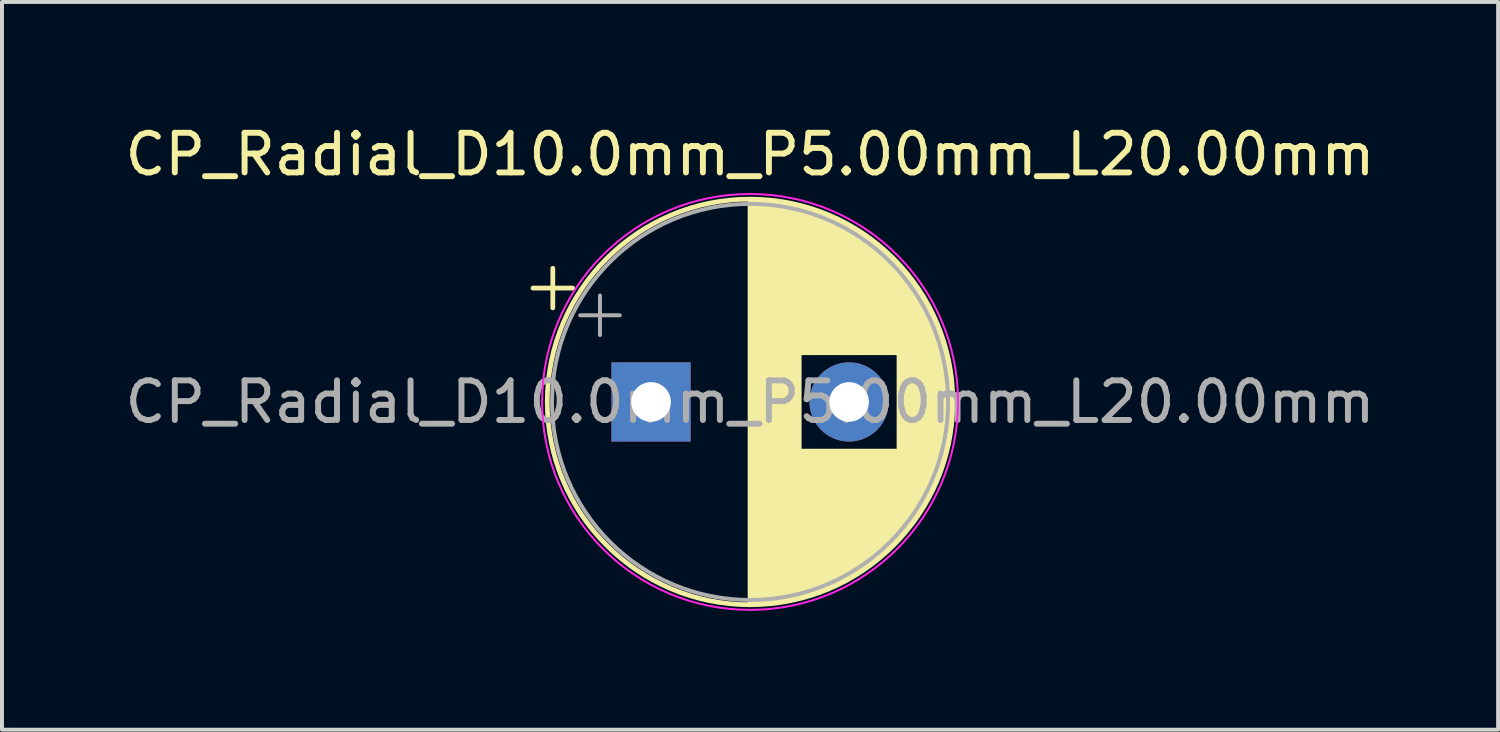
<source format=kicad_pcb>
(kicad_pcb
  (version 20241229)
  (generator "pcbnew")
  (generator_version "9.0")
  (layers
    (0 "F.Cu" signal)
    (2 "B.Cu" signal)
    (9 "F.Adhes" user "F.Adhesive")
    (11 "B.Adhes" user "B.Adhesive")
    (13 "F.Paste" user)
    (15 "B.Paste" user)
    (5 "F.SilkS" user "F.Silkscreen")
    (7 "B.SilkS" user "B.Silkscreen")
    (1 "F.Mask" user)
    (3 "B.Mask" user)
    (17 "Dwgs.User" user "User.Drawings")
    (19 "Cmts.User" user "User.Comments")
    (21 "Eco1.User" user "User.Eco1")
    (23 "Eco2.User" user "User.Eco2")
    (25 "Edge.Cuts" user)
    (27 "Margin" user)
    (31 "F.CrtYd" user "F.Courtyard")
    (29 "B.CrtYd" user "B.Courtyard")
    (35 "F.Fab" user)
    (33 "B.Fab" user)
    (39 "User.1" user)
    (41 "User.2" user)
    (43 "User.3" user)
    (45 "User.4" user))
  (footprint "CP_Radial_D10.0mm_P5.00mm_L20.00mm"
    (layer "F.Cu")
    (at 13.387 7.098)
    (property "Reference" "CP_Radial_D10.0mm_P5.00mm_L20.00mm" (at 2.5 -6.25 0) (layer "F.SilkS") (effects (font (size 1 1) (thickness 0.15))))
    (attr through_hole)
    (fp_line (start -2.98 -2.875) (end -1.98 -2.875) (stroke (width 0.12) (type solid)) (layer "F.SilkS"))
    (fp_line (start -2.48 -3.375) (end -2.48 -2.375) (stroke (width 0.12) (type solid)) (layer "F.SilkS"))
    (fp_line (start 2.5 -5.08) (end 2.5 5.08) (stroke (width 0.12) (type solid)) (layer "F.SilkS"))
    (fp_line (start 2.54 -5.08) (end 2.54 5.08) (stroke (width 0.12) (type solid)) (layer "F.SilkS"))
    (fp_line (start 2.58 -5.08) (end 2.58 5.08) (stroke (width 0.12) (type solid)) (layer "F.SilkS"))
    (fp_line (start 2.62 -5.079) (end 2.62 5.079) (stroke (width 0.12) (type solid)) (layer "F.SilkS"))
    (fp_line (start 2.66 -5.078) (end 2.66 5.078) (stroke (width 0.12) (type solid)) (layer "F.SilkS"))
    (fp_line (start 2.7 -5.077) (end 2.7 5.077) (stroke (width 0.12) (type solid)) (layer "F.SilkS"))
    (fp_line (start 2.74 -5.075) (end 2.74 5.075) (stroke (width 0.12) (type solid)) (layer "F.SilkS"))
    (fp_line (start 2.78 -5.073) (end 2.78 5.073) (stroke (width 0.12) (type solid)) (layer "F.SilkS"))
    (fp_line (start 2.82 -5.07) (end 2.82 5.07) (stroke (width 0.12) (type solid)) (layer "F.SilkS"))
    (fp_line (start 2.86 -5.068) (end 2.86 5.068) (stroke (width 0.12) (type solid)) (layer "F.SilkS"))
    (fp_line (start 2.9 -5.065) (end 2.9 5.065) (stroke (width 0.12) (type solid)) (layer "F.SilkS"))
    (fp_line (start 2.94 -5.062) (end 2.94 5.062) (stroke (width 0.12) (type solid)) (layer "F.SilkS"))
    (fp_line (start 2.98 -5.058) (end 2.98 5.058) (stroke (width 0.12) (type solid)) (layer "F.SilkS"))
    (fp_line (start 3.02 -5.054) (end 3.02 5.054) (stroke (width 0.12) (type solid)) (layer "F.SilkS"))
    (fp_line (start 3.06 -5.05) (end 3.06 5.05) (stroke (width 0.12) (type solid)) (layer "F.SilkS"))
    (fp_line (start 3.1 -5.045) (end 3.1 5.045) (stroke (width 0.12) (type solid)) (layer "F.SilkS"))
    (fp_line (start 3.14 -5.04) (end 3.14 5.04) (stroke (width 0.12) (type solid)) (layer "F.SilkS"))
    (fp_line (start 3.18 -5.035) (end 3.18 5.035) (stroke (width 0.12) (type solid)) (layer "F.SilkS"))
    (fp_line (start 3.221 -5.03) (end 3.221 5.03) (stroke (width 0.12) (type solid)) (layer "F.SilkS"))
    (fp_line (start 3.261 -5.024) (end 3.261 5.024) (stroke (width 0.12) (type solid)) (layer "F.SilkS"))
    (fp_line (start 3.301 -5.018) (end 3.301 5.018) (stroke (width 0.12) (type solid)) (layer "F.SilkS"))
    (fp_line (start 3.341 -5.011) (end 3.341 5.011) (stroke (width 0.12) (type solid)) (layer "F.SilkS"))
    (fp_line (start 3.381 -5.004) (end 3.381 5.004) (stroke (width 0.12) (type solid)) (layer "F.SilkS"))
    (fp_line (start 3.421 -4.997) (end 3.421 4.997) (stroke (width 0.12) (type solid)) (layer "F.SilkS"))
    (fp_line (start 3.461 -4.99) (end 3.461 4.99) (stroke (width 0.12) (type solid)) (layer "F.SilkS"))
    (fp_line (start 3.501 -4.982) (end 3.501 4.982) (stroke (width 0.12) (type solid)) (layer "F.SilkS"))
    (fp_line (start 3.541 -4.974) (end 3.541 4.974) (stroke (width 0.12) (type solid)) (layer "F.SilkS"))
    (fp_line (start 3.581 -4.965) (end 3.581 4.965) (stroke (width 0.12) (type solid)) (layer "F.SilkS"))
    (fp_line (start 3.621 -4.956) (end 3.621 4.956) (stroke (width 0.12) (type solid)) (layer "F.SilkS"))
    (fp_line (start 3.661 -4.947) (end 3.661 4.947) (stroke (width 0.12) (type solid)) (layer "F.SilkS"))
    (fp_line (start 3.701 -4.938) (end 3.701 4.938) (stroke (width 0.12) (type solid)) (layer "F.SilkS"))
    (fp_line (start 3.741 -4.928) (end 3.741 4.928) (stroke (width 0.12) (type solid)) (layer "F.SilkS"))
    (fp_line (start 3.781 -4.918) (end 3.781 -1.241) (stroke (width 0.12) (type solid)) (layer "F.SilkS"))
    (fp_line (start 3.781 1.241) (end 3.781 4.918) (stroke (width 0.12) (type solid)) (layer "F.SilkS"))
    (fp_line (start 3.821 -4.907) (end 3.821 -1.241) (stroke (width 0.12) (type solid)) (layer "F.SilkS"))
    (fp_line (start 3.821 1.241) (end 3.821 4.907) (stroke (width 0.12) (type solid)) (layer "F.SilkS"))
    (fp_line (start 3.861 -4.897) (end 3.861 -1.241) (stroke (width 0.12) (type solid)) (layer "F.SilkS"))
    (fp_line (start 3.861 1.241) (end 3.861 4.897) (stroke (width 0.12) (type solid)) (layer "F.SilkS"))
    (fp_line (start 3.901 -4.885) (end 3.901 -1.241) (stroke (width 0.12) (type solid)) (layer "F.SilkS"))
    (fp_line (start 3.901 1.241) (end 3.901 4.885) (stroke (width 0.12) (type solid)) (layer "F.SilkS"))
    (fp_line (start 3.941 -4.874) (end 3.941 -1.241) (stroke (width 0.12) (type solid)) (layer "F.SilkS"))
    (fp_line (start 3.941 1.241) (end 3.941 4.874) (stroke (width 0.12) (type solid)) (layer "F.SilkS"))
    (fp_line (start 3.981 -4.862) (end 3.981 -1.241) (stroke (width 0.12) (type solid)) (layer "F.SilkS"))
    (fp_line (start 3.981 1.241) (end 3.981 4.862) (stroke (width 0.12) (type solid)) (layer "F.SilkS"))
    (fp_line (start 4.021 -4.85) (end 4.021 -1.241) (stroke (width 0.12) (type solid)) (layer "F.SilkS"))
    (fp_line (start 4.021 1.241) (end 4.021 4.85) (stroke (width 0.12) (type solid)) (layer "F.SilkS"))
    (fp_line (start 4.061 -4.837) (end 4.061 -1.241) (stroke (width 0.12) (type solid)) (layer "F.SilkS"))
    (fp_line (start 4.061 1.241) (end 4.061 4.837) (stroke (width 0.12) (type solid)) (layer "F.SilkS"))
    (fp_line (start 4.101 -4.824) (end 4.101 -1.241) (stroke (width 0.12) (type solid)) (layer "F.SilkS"))
    (fp_line (start 4.101 1.241) (end 4.101 4.824) (stroke (width 0.12) (type solid)) (layer "F.SilkS"))
    (fp_line (start 4.141 -4.811) (end 4.141 -1.241) (stroke (width 0.12) (type solid)) (layer "F.SilkS"))
    (fp_line (start 4.141 1.241) (end 4.141 4.811) (stroke (width 0.12) (type solid)) (layer "F.SilkS"))
    (fp_line (start 4.181 -4.797) (end 4.181 -1.241) (stroke (width 0.12) (type solid)) (layer "F.SilkS"))
    (fp_line (start 4.181 1.241) (end 4.181 4.797) (stroke (width 0.12) (type solid)) (layer "F.SilkS"))
    (fp_line (start 4.221 -4.783) (end 4.221 -1.241) (stroke (width 0.12) (type solid)) (layer "F.SilkS"))
    (fp_line (start 4.221 1.241) (end 4.221 4.783) (stroke (width 0.12) (type solid)) (layer "F.SilkS"))
    (fp_line (start 4.261 -4.768) (end 4.261 -1.241) (stroke (width 0.12) (type solid)) (layer "F.SilkS"))
    (fp_line (start 4.261 1.241) (end 4.261 4.768) (stroke (width 0.12) (type solid)) (layer "F.SilkS"))
    (fp_line (start 4.301 -4.754) (end 4.301 -1.241) (stroke (width 0.12) (type solid)) (layer "F.SilkS"))
    (fp_line (start 4.301 1.241) (end 4.301 4.754) (stroke (width 0.12) (type solid)) (layer "F.SilkS"))
    (fp_line (start 4.341 -4.738) (end 4.341 -1.241) (stroke (width 0.12) (type solid)) (layer "F.SilkS"))
    (fp_line (start 4.341 1.241) (end 4.341 4.738) (stroke (width 0.12) (type solid)) (layer "F.SilkS"))
    (fp_line (start 4.381 -4.723) (end 4.381 -1.241) (stroke (width 0.12) (type solid)) (layer "F.SilkS"))
    (fp_line (start 4.381 1.241) (end 4.381 4.723) (stroke (width 0.12) (type solid)) (layer "F.SilkS"))
    (fp_line (start 4.421 -4.707) (end 4.421 -1.241) (stroke (width 0.12) (type solid)) (layer "F.SilkS"))
    (fp_line (start 4.421 1.241) (end 4.421 4.707) (stroke (width 0.12) (type solid)) (layer "F.SilkS"))
    (fp_line (start 4.461 -4.69) (end 4.461 -1.241) (stroke (width 0.12) (type solid)) (layer "F.SilkS"))
    (fp_line (start 4.461 1.241) (end 4.461 4.69) (stroke (width 0.12) (type solid)) (layer "F.SilkS"))
    (fp_line (start 4.501 -4.674) (end 4.501 -1.241) (stroke (width 0.12) (type solid)) (layer "F.SilkS"))
    (fp_line (start 4.501 1.241) (end 4.501 4.674) (stroke (width 0.12) (type solid)) (layer "F.SilkS"))
    (fp_line (start 4.541 -4.657) (end 4.541 -1.241) (stroke (width 0.12) (type solid)) (layer "F.SilkS"))
    (fp_line (start 4.541 1.241) (end 4.541 4.657) (stroke (width 0.12) (type solid)) (layer "F.SilkS"))
    (fp_line (start 4.581 -4.639) (end 4.581 -1.241) (stroke (width 0.12) (type solid)) (layer "F.SilkS"))
    (fp_line (start 4.581 1.241) (end 4.581 4.639) (stroke (width 0.12) (type solid)) (layer "F.SilkS"))
    (fp_line (start 4.621 -4.621) (end 4.621 -1.241) (stroke (width 0.12) (type solid)) (layer "F.SilkS"))
    (fp_line (start 4.621 1.241) (end 4.621 4.621) (stroke (width 0.12) (type solid)) (layer "F.SilkS"))
    (fp_line (start 4.661 -4.603) (end 4.661 -1.241) (stroke (width 0.12) (type solid)) (layer "F.SilkS"))
    (fp_line (start 4.661 1.241) (end 4.661 4.603) (stroke (width 0.12) (type solid)) (layer "F.SilkS"))
    (fp_line (start 4.701 -4.584) (end 4.701 -1.241) (stroke (width 0.12) (type solid)) (layer "F.SilkS"))
    (fp_line (start 4.701 1.241) (end 4.701 4.584) (stroke (width 0.12) (type solid)) (layer "F.SilkS"))
    (fp_line (start 4.741 -4.564) (end 4.741 -1.241) (stroke (width 0.12) (type solid)) (layer "F.SilkS"))
    (fp_line (start 4.741 1.241) (end 4.741 4.564) (stroke (width 0.12) (type solid)) (layer "F.SilkS"))
    (fp_line (start 4.781 -4.545) (end 4.781 -1.241) (stroke (width 0.12) (type solid)) (layer "F.SilkS"))
    (fp_line (start 4.781 1.241) (end 4.781 4.545) (stroke (width 0.12) (type solid)) (layer "F.SilkS"))
    (fp_line (start 4.821 -4.525) (end 4.821 -1.241) (stroke (width 0.12) (type solid)) (layer "F.SilkS"))
    (fp_line (start 4.821 1.241) (end 4.821 4.525) (stroke (width 0.12) (type solid)) (layer "F.SilkS"))
    (fp_line (start 4.861 -4.504) (end 4.861 -1.241) (stroke (width 0.12) (type solid)) (layer "F.SilkS"))
    (fp_line (start 4.861 1.241) (end 4.861 4.504) (stroke (width 0.12) (type solid)) (layer "F.SilkS"))
    (fp_line (start 4.901 -4.483) (end 4.901 -1.241) (stroke (width 0.12) (type solid)) (layer "F.SilkS"))
    (fp_line (start 4.901 1.241) (end 4.901 4.483) (stroke (width 0.12) (type solid)) (layer "F.SilkS"))
    (fp_line (start 4.941 -4.462) (end 4.941 -1.241) (stroke (width 0.12) (type solid)) (layer "F.SilkS"))
    (fp_line (start 4.941 1.241) (end 4.941 4.462) (stroke (width 0.12) (type solid)) (layer "F.SilkS"))
    (fp_line (start 4.981 -4.44) (end 4.981 -1.241) (stroke (width 0.12) (type solid)) (layer "F.SilkS"))
    (fp_line (start 4.981 1.241) (end 4.981 4.44) (stroke (width 0.12) (type solid)) (layer "F.SilkS"))
    (fp_line (start 5.021 -4.417) (end 5.021 -1.241) (stroke (width 0.12) (type solid)) (layer "F.SilkS"))
    (fp_line (start 5.021 1.241) (end 5.021 4.417) (stroke (width 0.12) (type solid)) (layer "F.SilkS"))
    (fp_line (start 5.061 -4.395) (end 5.061 -1.241) (stroke (width 0.12) (type solid)) (layer "F.SilkS"))
    (fp_line (start 5.061 1.241) (end 5.061 4.395) (stroke (width 0.12) (type solid)) (layer "F.SilkS"))
    (fp_line (start 5.101 -4.371) (end 5.101 -1.241) (stroke (width 0.12) (type solid)) (layer "F.SilkS"))
    (fp_line (start 5.101 1.241) (end 5.101 4.371) (stroke (width 0.12) (type solid)) (layer "F.SilkS"))
    (fp_line (start 5.141 -4.347) (end 5.141 -1.241) (stroke (width 0.12) (type solid)) (layer "F.SilkS"))
    (fp_line (start 5.141 1.241) (end 5.141 4.347) (stroke (width 0.12) (type solid)) (layer "F.SilkS"))
    (fp_line (start 5.181 -4.323) (end 5.181 -1.241) (stroke (width 0.12) (type solid)) (layer "F.SilkS"))
    (fp_line (start 5.181 1.241) (end 5.181 4.323) (stroke (width 0.12) (type solid)) (layer "F.SilkS"))
    (fp_line (start 5.221 -4.298) (end 5.221 -1.241) (stroke (width 0.12) (type solid)) (layer "F.SilkS"))
    (fp_line (start 5.221 1.241) (end 5.221 4.298) (stroke (width 0.12) (type solid)) (layer "F.SilkS"))
    (fp_line (start 5.261 -4.273) (end 5.261 -1.241) (stroke (width 0.12) (type solid)) (layer "F.SilkS"))
    (fp_line (start 5.261 1.241) (end 5.261 4.273) (stroke (width 0.12) (type solid)) (layer "F.SilkS"))
    (fp_line (start 5.301 -4.247) (end 5.301 -1.241) (stroke (width 0.12) (type solid)) (layer "F.SilkS"))
    (fp_line (start 5.301 1.241) (end 5.301 4.247) (stroke (width 0.12) (type solid)) (layer "F.SilkS"))
    (fp_line (start 5.341 -4.221) (end 5.341 -1.241) (stroke (width 0.12) (type solid)) (layer "F.SilkS"))
    (fp_line (start 5.341 1.241) (end 5.341 4.221) (stroke (width 0.12) (type solid)) (layer "F.SilkS"))
    (fp_line (start 5.381 -4.194) (end 5.381 -1.241) (stroke (width 0.12) (type solid)) (layer "F.SilkS"))
    (fp_line (start 5.381 1.241) (end 5.381 4.194) (stroke (width 0.12) (type solid)) (layer "F.SilkS"))
    (fp_line (start 5.421 -4.166) (end 5.421 -1.241) (stroke (width 0.12) (type solid)) (layer "F.SilkS"))
    (fp_line (start 5.421 1.241) (end 5.421 4.166) (stroke (width 0.12) (type solid)) (layer "F.SilkS"))
    (fp_line (start 5.461 -4.138) (end 5.461 -1.241) (stroke (width 0.12) (type solid)) (layer "F.SilkS"))
    (fp_line (start 5.461 1.241) (end 5.461 4.138) (stroke (width 0.12) (type solid)) (layer "F.SilkS"))
    (fp_line (start 5.501 -4.11) (end 5.501 -1.241) (stroke (width 0.12) (type solid)) (layer "F.SilkS"))
    (fp_line (start 5.501 1.241) (end 5.501 4.11) (stroke (width 0.12) (type solid)) (layer "F.SilkS"))
    (fp_line (start 5.541 -4.08) (end 5.541 -1.241) (stroke (width 0.12) (type solid)) (layer "F.SilkS"))
    (fp_line (start 5.541 1.241) (end 5.541 4.08) (stroke (width 0.12) (type solid)) (layer "F.SilkS"))
    (fp_line (start 5.581 -4.05) (end 5.581 -1.241) (stroke (width 0.12) (type solid)) (layer "F.SilkS"))
    (fp_line (start 5.581 1.241) (end 5.581 4.05) (stroke (width 0.12) (type solid)) (layer "F.SilkS"))
    (fp_line (start 5.621 -4.02) (end 5.621 -1.241) (stroke (width 0.12) (type solid)) (layer "F.SilkS"))
    (fp_line (start 5.621 1.241) (end 5.621 4.02) (stroke (width 0.12) (type solid)) (layer "F.SilkS"))
    (fp_line (start 5.661 -3.989) (end 5.661 -1.241) (stroke (width 0.12) (type solid)) (layer "F.SilkS"))
    (fp_line (start 5.661 1.241) (end 5.661 3.989) (stroke (width 0.12) (type solid)) (layer "F.SilkS"))
    (fp_line (start 5.701 -3.957) (end 5.701 -1.241) (stroke (width 0.12) (type solid)) (layer "F.SilkS"))
    (fp_line (start 5.701 1.241) (end 5.701 3.957) (stroke (width 0.12) (type solid)) (layer "F.SilkS"))
    (fp_line (start 5.741 -3.925) (end 5.741 -1.241) (stroke (width 0.12) (type solid)) (layer "F.SilkS"))
    (fp_line (start 5.741 1.241) (end 5.741 3.925) (stroke (width 0.12) (type solid)) (layer "F.SilkS"))
    (fp_line (start 5.781 -3.892) (end 5.781 -1.241) (stroke (width 0.12) (type solid)) (layer "F.SilkS"))
    (fp_line (start 5.781 1.241) (end 5.781 3.892) (stroke (width 0.12) (type solid)) (layer "F.SilkS"))
    (fp_line (start 5.821 -3.858) (end 5.821 -1.241) (stroke (width 0.12) (type solid)) (layer "F.SilkS"))
    (fp_line (start 5.821 1.241) (end 5.821 3.858) (stroke (width 0.12) (type solid)) (layer "F.SilkS"))
    (fp_line (start 5.861 -3.824) (end 5.861 -1.241) (stroke (width 0.12) (type solid)) (layer "F.SilkS"))
    (fp_line (start 5.861 1.241) (end 5.861 3.824) (stroke (width 0.12) (type solid)) (layer "F.SilkS"))
    (fp_line (start 5.901 -3.789) (end 5.901 -1.241) (stroke (width 0.12) (type solid)) (layer "F.SilkS"))
    (fp_line (start 5.901 1.241) (end 5.901 3.789) (stroke (width 0.12) (type solid)) (layer "F.SilkS"))
    (fp_line (start 5.941 -3.753) (end 5.941 -1.241) (stroke (width 0.12) (type solid)) (layer "F.SilkS"))
    (fp_line (start 5.941 1.241) (end 5.941 3.753) (stroke (width 0.12) (type solid)) (layer "F.SilkS"))
    (fp_line (start 5.981 -3.716) (end 5.981 -1.241) (stroke (width 0.12) (type solid)) (layer "F.SilkS"))
    (fp_line (start 5.981 1.241) (end 5.981 3.716) (stroke (width 0.12) (type solid)) (layer "F.SilkS"))
    (fp_line (start 6.021 -3.679) (end 6.021 -1.241) (stroke (width 0.12) (type solid)) (layer "F.SilkS"))
    (fp_line (start 6.021 1.241) (end 6.021 3.679) (stroke (width 0.12) (type solid)) (layer "F.SilkS"))
    (fp_line (start 6.061 -3.64) (end 6.061 -1.241) (stroke (width 0.12) (type solid)) (layer "F.SilkS"))
    (fp_line (start 6.061 1.241) (end 6.061 3.64) (stroke (width 0.12) (type solid)) (layer "F.SilkS"))
    (fp_line (start 6.101 -3.601) (end 6.101 -1.241) (stroke (width 0.12) (type solid)) (layer "F.SilkS"))
    (fp_line (start 6.101 1.241) (end 6.101 3.601) (stroke (width 0.12) (type solid)) (layer "F.SilkS"))
    (fp_line (start 6.141 -3.561) (end 6.141 -1.241) (stroke (width 0.12) (type solid)) (layer "F.SilkS"))
    (fp_line (start 6.141 1.241) (end 6.141 3.561) (stroke (width 0.12) (type solid)) (layer "F.SilkS"))
    (fp_line (start 6.181 -3.52) (end 6.181 -1.241) (stroke (width 0.12) (type solid)) (layer "F.SilkS"))
    (fp_line (start 6.181 1.241) (end 6.181 3.52) (stroke (width 0.12) (type solid)) (layer "F.SilkS"))
    (fp_line (start 6.221 -3.478) (end 6.221 -1.241) (stroke (width 0.12) (type solid)) (layer "F.SilkS"))
    (fp_line (start 6.221 1.241) (end 6.221 3.478) (stroke (width 0.12) (type solid)) (layer "F.SilkS"))
    (fp_line (start 6.261 -3.436) (end 6.261 3.436) (stroke (width 0.12) (type solid)) (layer "F.SilkS"))
    (fp_line (start 6.301 -3.392) (end 6.301 3.392) (stroke (width 0.12) (type solid)) (layer "F.SilkS"))
    (fp_line (start 6.341 -3.347) (end 6.341 3.347) (stroke (width 0.12) (type solid)) (layer "F.SilkS"))
    (fp_line (start 6.381 -3.301) (end 6.381 3.301) (stroke (width 0.12) (type solid)) (layer "F.SilkS"))
    (fp_line (start 6.421 -3.254) (end 6.421 3.254) (stroke (width 0.12) (type solid)) (layer "F.SilkS"))
    (fp_line (start 6.461 -3.206) (end 6.461 3.206) (stroke (width 0.12) (type solid)) (layer "F.SilkS"))
    (fp_line (start 6.501 -3.156) (end 6.501 3.156) (stroke (width 0.12) (type solid)) (layer "F.SilkS"))
    (fp_line (start 6.541 -3.106) (end 6.541 3.106) (stroke (width 0.12) (type solid)) (layer "F.SilkS"))
    (fp_line (start 6.581 -3.054) (end 6.581 3.054) (stroke (width 0.12) (type solid)) (layer "F.SilkS"))
    (fp_line (start 6.621 -3) (end 6.621 3) (stroke (width 0.12) (type solid)) (layer "F.SilkS"))
    (fp_line (start 6.661 -2.945) (end 6.661 2.945) (stroke (width 0.12) (type solid)) (layer "F.SilkS"))
    (fp_line (start 6.701 -2.889) (end 6.701 2.889) (stroke (width 0.12) (type solid)) (layer "F.SilkS"))
    (fp_line (start 6.741 -2.83) (end 6.741 2.83) (stroke (width 0.12) (type solid)) (layer "F.SilkS"))
    (fp_line (start 6.781 -2.77) (end 6.781 2.77) (stroke (width 0.12) (type solid)) (layer "F.SilkS"))
    (fp_line (start 6.821 -2.709) (end 6.821 2.709) (stroke (width 0.12) (type solid)) (layer "F.SilkS"))
    (fp_line (start 6.861 -2.645) (end 6.861 2.645) (stroke (width 0.12) (type solid)) (layer "F.SilkS"))
    (fp_line (start 6.901 -2.579) (end 6.901 2.579) (stroke (width 0.12) (type solid)) (layer "F.SilkS"))
    (fp_line (start 6.941 -2.51) (end 6.941 2.51) (stroke (width 0.12) (type solid)) (layer "F.SilkS"))
    (fp_line (start 6.981 -2.439) (end 6.981 2.439) (stroke (width 0.12) (type solid)) (layer "F.SilkS"))
    (fp_line (start 7.021 -2.365) (end 7.021 2.365) (stroke (width 0.12) (type solid)) (layer "F.SilkS"))
    (fp_line (start 7.061 -2.289) (end 7.061 2.289) (stroke (width 0.12) (type solid)) (layer "F.SilkS"))
    (fp_line (start 7.101 -2.209) (end 7.101 2.209) (stroke (width 0.12) (type solid)) (layer "F.SilkS"))
    (fp_line (start 7.141 -2.125) (end 7.141 2.125) (stroke (width 0.12) (type solid)) (layer "F.SilkS"))
    (fp_line (start 7.181 -2.037) (end 7.181 2.037) (stroke (width 0.12) (type solid)) (layer "F.SilkS"))
    (fp_line (start 7.221 -1.944) (end 7.221 1.944) (stroke (width 0.12) (type solid)) (layer "F.SilkS"))
    (fp_line (start 7.261 -1.846) (end 7.261 1.846) (stroke (width 0.12) (type solid)) (layer "F.SilkS"))
    (fp_line (start 7.301 -1.742) (end 7.301 1.742) (stroke (width 0.12) (type solid)) (layer "F.SilkS"))
    (fp_line (start 7.341 -1.63) (end 7.341 1.63) (stroke (width 0.12) (type solid)) (layer "F.SilkS"))
    (fp_line (start 7.381 -1.51) (end 7.381 1.51) (stroke (width 0.12) (type solid)) (layer "F.SilkS"))
    (fp_line (start 7.421 -1.378) (end 7.421 1.378) (stroke (width 0.12) (type solid)) (layer "F.SilkS"))
    (fp_line (start 7.461 -1.23) (end 7.461 1.23) (stroke (width 0.12) (type solid)) (layer "F.SilkS"))
    (fp_line (start 7.501 -1.062) (end 7.501 1.062) (stroke (width 0.12) (type solid)) (layer "F.SilkS"))
    (fp_line (start 7.541 -0.862) (end 7.541 0.862) (stroke (width 0.12) (type solid)) (layer "F.SilkS"))
    (fp_line (start 7.581 -0.599) (end 7.581 0.599) (stroke (width 0.12) (type solid)) (layer "F.SilkS"))
    (fp_circle (center 2.5 0) (end 7.62 0) (stroke (width 0.12) (type solid)) (fill no) (layer "F.SilkS"))
    (fp_circle (center 2.5 0) (end 7.75 0) (stroke (width 0.05) (type solid)) (fill no) (layer "F.CrtYd"))
    (fp_line (start -1.789 -2.188) (end -0.789 -2.188) (stroke (width 0.1) (type solid)) (layer "F.Fab"))
    (fp_line (start -1.289 -2.688) (end -1.289 -1.688) (stroke (width 0.1) (type solid)) (layer "F.Fab"))
    (fp_circle (center 2.5 0) (end 7.5 0) (stroke (width 0.1) (type solid)) (fill no) (layer "F.Fab"))
    (fp_text user "${REFERENCE}" (at 2.5 0 0) (layer "F.Fab") (effects (font (size 1 1) (thickness 0.15))))
    (pad "1" thru_hole rect (at 0 0) (size 2 2) (drill 1) (layers "*.Cu" "*.Mask"))
    (pad "2" thru_hole circle (at 5 0) (size 2 2) (drill 1) (layers "*.Cu" "*.Mask")))
  (gr_rect
    (start -3 -3)
    (end 34.774 15.373)
    (stroke (width 0.1) (type default))
    (fill no)
    (layer "Edge.Cuts")))
</source>
